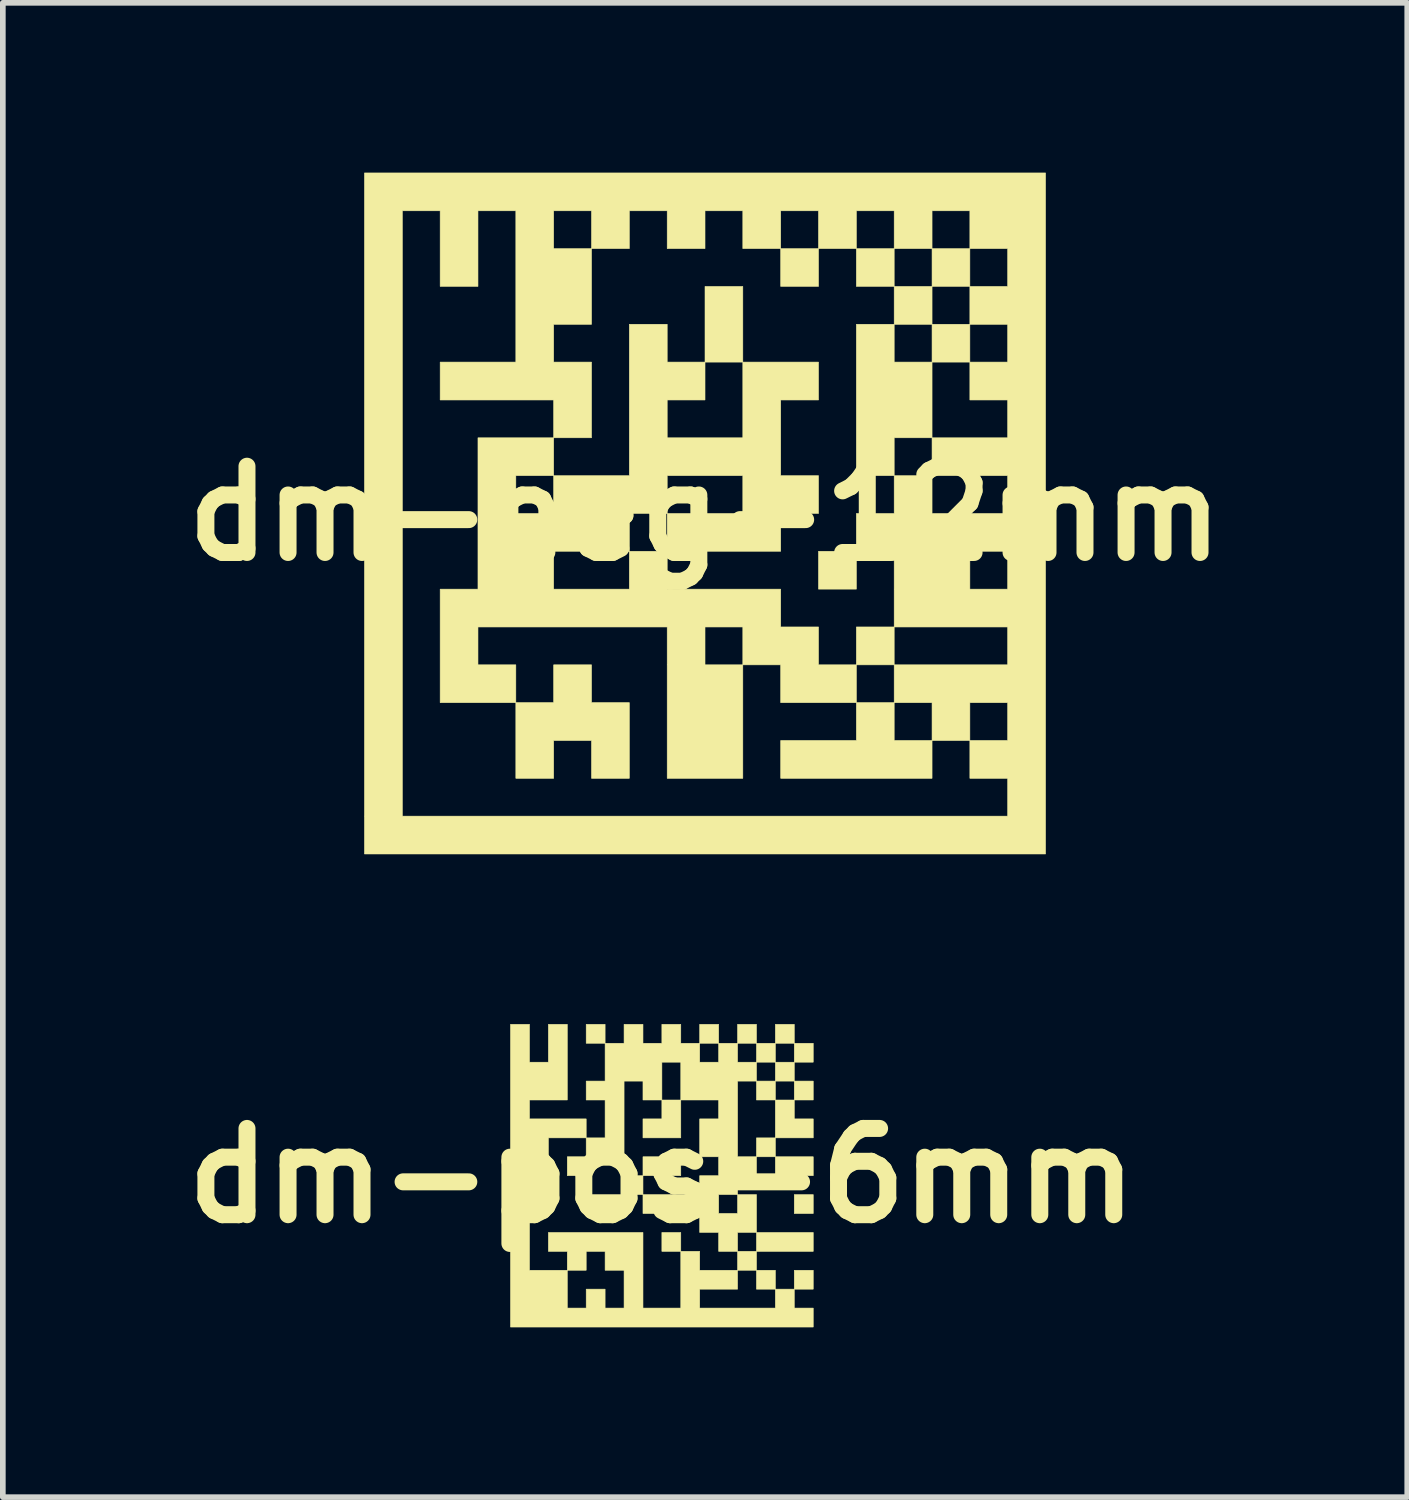
<source format=kicad_pcb>
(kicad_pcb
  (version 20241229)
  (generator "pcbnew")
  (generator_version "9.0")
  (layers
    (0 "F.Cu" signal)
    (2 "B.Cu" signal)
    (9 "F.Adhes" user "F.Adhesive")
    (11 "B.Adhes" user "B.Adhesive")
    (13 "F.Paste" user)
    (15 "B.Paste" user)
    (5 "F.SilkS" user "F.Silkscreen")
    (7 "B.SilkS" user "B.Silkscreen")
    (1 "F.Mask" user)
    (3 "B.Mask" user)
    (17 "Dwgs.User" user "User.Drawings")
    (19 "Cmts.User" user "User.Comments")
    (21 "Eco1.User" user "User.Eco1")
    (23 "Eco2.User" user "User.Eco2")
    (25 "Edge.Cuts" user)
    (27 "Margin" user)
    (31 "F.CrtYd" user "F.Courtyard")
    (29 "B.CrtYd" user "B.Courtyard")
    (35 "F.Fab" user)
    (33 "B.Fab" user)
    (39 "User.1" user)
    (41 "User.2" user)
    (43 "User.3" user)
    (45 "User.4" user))
  (footprint "dm-neg-12mm"
    (layer "F.Cu")
    (at 9.405 6.021)
    (property "Reference" "dm-neg-12mm" (at 0 0 0) (layer "F.SilkS") (effects (font (size 1.524 1.524) (thickness 0.3))))
    (attr through_hole)
    (fp_poly (pts (xy 0 -4.011) (xy 0.668 -4.011) (xy 0.668 -2.674) (xy 0 -2.674) (xy 0 -4.011)) (stroke (width 0.01) (type solid)) (fill yes) (layer "F.SilkS"))
    (fp_poly (pts (xy 2.005 -4.011) (xy 1.337 -4.011) (xy 1.337 -4.679) (xy 2.005 -4.679) (xy 2.005 -4.011)) (stroke (width 0.01) (type solid)) (fill yes) (layer "F.SilkS"))
    (fp_poly (pts (xy 2.674 -4.011) (xy 2.674 -4.679) (xy 3.342 -4.679) (xy 3.342 -4.011) (xy 2.674 -4.011)) (stroke (width 0.01) (type solid)) (fill yes) (layer "F.SilkS"))
    (fp_poly (pts (xy 2.674 1.337) (xy 2.005 1.337) (xy 2.005 0.668) (xy 2.674 0.668) (xy 2.674 1.337)) (stroke (width 0.01) (type solid)) (fill yes) (layer "F.SilkS"))
    (fp_poly (pts (xy 2.674 2.005) (xy 3.342 2.005) (xy 3.342 2.674) (xy 2.674 2.674) (xy 2.674 2.005)) (stroke (width 0.01) (type solid)) (fill yes) (layer "F.SilkS"))
    (fp_poly (pts (xy 4.011 -4.679) (xy 4.679 -4.679) (xy 4.679 -4.011) (xy 4.011 -4.011) (xy 4.011 -4.679)) (stroke (width 0.01) (type solid)) (fill yes) (layer "F.SilkS"))
    (fp_poly (pts (xy 4.011 -3.342) (xy 3.342 -3.342) (xy 3.342 -4.011) (xy 4.011 -4.011) (xy 4.011 -3.342)) (stroke (width 0.01) (type solid)) (fill yes) (layer "F.SilkS"))
    (fp_poly (pts (xy 4.011 -3.342) (xy 4.679 -3.342) (xy 4.679 -2.674) (xy 4.011 -2.674) (xy 4.011 -3.342)) (stroke (width 0.01) (type solid)) (fill yes) (layer "F.SilkS"))
    (fp_poly (pts (xy 3.342 3.342) (xy 3.342 4.011) (xy 4.011 4.011) (xy 4.011 4.679) (xy 1.337 4.679) (xy 1.337 4.011) (xy 2.674 4.011) (xy 2.674 3.342) (xy 3.342 3.342)) (stroke (width 0.01) (type solid)) (fill yes) (layer "F.SilkS"))
    (fp_poly (pts (xy 4.011 -1.337) (xy 3.342 -1.337) (xy 3.342 -0.668) (xy 2.674 -0.668) (xy 2.674 -3.342) (xy 3.342 -3.342) (xy 3.342 -2.674) (xy 4.011 -2.674) (xy 4.011 -1.337)) (stroke (width 0.01) (type solid)) (fill yes) (layer "F.SilkS"))
    (fp_poly (pts (xy -2.674 3.342) (xy -2.674 2.674) (xy -2.005 2.674) (xy -2.005 3.342) (xy -1.337 3.342) (xy -1.337 4.679) (xy -2.005 4.679) (xy -2.005 4.011) (xy -2.674 4.011) (xy -2.674 4.679) (xy -3.342 4.679) (xy -3.342 3.342) (xy -2.674 3.342)) (stroke (width 0.01) (type solid)) (fill yes) (layer "F.SilkS"))
    (fp_poly (pts (xy 2.674 3.342) (xy 1.337 3.342) (xy 1.337 2.674) (xy 0.668 2.674) (xy 0.668 4.679) (xy -0.668 4.679) (xy -0.668 2.005) (xy 0 2.005) (xy 0 2.674) (xy 0.668 2.674) (xy 0.668 2.005) (xy 0 2.005) (xy -0.668 2.005) (xy -4.011 2.005) (xy -4.011 2.674) (xy -3.342 2.674) (xy -3.342 3.342) (xy -4.679 3.342) (xy -4.679 1.337) (xy -4.011 1.337) (xy -4.011 0.668) (xy -2.674 0.668) (xy -2.674 1.337) (xy -1.337 1.337) (xy -1.337 0.668) (xy -2.674 0.668) (xy -4.011 0.668) (xy -4.011 -0.668) (xy -3.342 -0.668) (xy -3.342 0) (xy -2.674 0) (xy -1.337 0) (xy -1.337 0.668) (xy -0.668 0.668) (xy -0.668 0) (xy -1.337 0) (xy -2.674 0) (xy -2.674 -0.668) (xy -3.342 -0.668) (xy -4.011 -0.668) (xy -4.011 -1.337) (xy -2.674 -1.337) (xy -2.674 -0.668) (xy -1.337 -0.668) (xy -0.668 -0.668) (xy -0.668 0) (xy 0.668 0) (xy 0.668 -0.668) (xy -0.668 -0.668) (xy -1.337 -0.668) (xy -1.337 -3.342) (xy -0.668 -3.342) (xy -0.668 -2.674) (xy 0 -2.674) (xy 0 -2.005) (xy -0.668 -2.005) (xy -0.668 -1.337) (xy 0.668 -1.337) (xy 0.668 -2.674) (xy 2.005 -2.674) (xy 2.005 -2.005) (xy 1.337 -2.005) (xy 1.337 -0.668) (xy 2.005 -0.668) (xy 2.005 0) (xy 1.337 0) (xy 1.337 0.668) (xy -0.668 0.668) (xy -0.668 1.337) (xy 1.337 1.337) (xy 1.337 2.005) (xy 2.005 2.005) (xy 2.005 2.674) (xy 2.674 2.674) (xy 2.674 3.342)) (stroke (width 0.01) (type solid)) (fill yes) (layer "F.SilkS"))
    (fp_poly (pts (xy 6.016 6.016) (xy -6.016 6.016) (xy -6.016 -5.347) (xy -5.347 -5.347) (xy -5.347 5.347) (xy 5.347 5.347) (xy 5.347 4.679) (xy 4.679 4.679) (xy 4.679 4.011) (xy 4.011 4.011) (xy 4.011 3.342) (xy 4.679 3.342) (xy 4.679 4.011) (xy 5.347 4.011) (xy 5.347 3.342) (xy 4.679 3.342) (xy 4.011 3.342) (xy 3.342 3.342) (xy 3.342 2.674) (xy 5.347 2.674) (xy 5.347 2.005) (xy 3.342 2.005) (xy 3.342 0.668) (xy 4.679 0.668) (xy 4.679 1.337) (xy 5.347 1.337) (xy 5.347 0.668) (xy 4.679 0.668) (xy 3.342 0.668) (xy 2.674 0.668) (xy 2.674 0) (xy 3.342 0) (xy 3.342 -0.668) (xy 4.011 -0.668) (xy 4.011 0) (xy 5.347 0) (xy 5.347 -0.668) (xy 4.011 -0.668) (xy 4.011 -1.337) (xy 5.347 -1.337) (xy 5.347 -2.005) (xy 4.679 -2.005) (xy 4.679 -2.674) (xy 5.347 -2.674) (xy 5.347 -3.342) (xy 4.679 -3.342) (xy 4.679 -4.011) (xy 5.347 -4.011) (xy 5.347 -4.679) (xy 4.679 -4.679) (xy 4.679 -5.347) (xy 4.011 -5.347) (xy 4.011 -4.679) (xy 3.342 -4.679) (xy 3.342 -5.347) (xy 2.674 -5.347) (xy 2.674 -4.679) (xy 2.005 -4.679) (xy 2.005 -5.347) (xy 1.337 -5.347) (xy 1.337 -4.679) (xy 0.668 -4.679) (xy 0.668 -5.347) (xy 0 -5.347) (xy 0 -4.679) (xy -0.668 -4.679) (xy -0.668 -5.347) (xy -1.337 -5.347) (xy -1.337 -4.679) (xy -2.005 -4.679) (xy -2.005 -3.342) (xy -2.674 -3.342) (xy -2.674 -2.674) (xy -2.005 -2.674) (xy -2.005 -1.337) (xy -2.674 -1.337) (xy -2.674 -2.005) (xy -4.679 -2.005) (xy -4.679 -2.674) (xy -3.342 -2.674) (xy -3.342 -5.347) (xy -2.674 -5.347) (xy -2.674 -4.679) (xy -2.005 -4.679) (xy -2.005 -5.347) (xy -2.674 -5.347) (xy -3.342 -5.347) (xy -4.011 -5.347) (xy -4.011 -4.011) (xy -4.679 -4.011) (xy -4.679 -5.347) (xy -5.347 -5.347) (xy -6.016 -5.347) (xy -6.016 -6.016) (xy 6.016 -6.016) (xy 6.016 6.016)) (stroke (width 0.01) (type solid)) (fill yes) (layer "F.SilkS")))
  (footprint "dm-pos-6mm"
    (layer "F.Cu")
    (at 8.643 17.72)
    (property "Reference" "dm-pos-6mm" (at 0 0 0) (layer "F.SilkS") (effects (font (size 1.524 1.524) (thickness 0.3))))
    (attr through_hole)
    (fp_poly (pts (xy -1.337 -2.339) (xy -1.337 -2.674) (xy -1.003 -2.674) (xy -1.003 -2.339) (xy -1.337 -2.339)) (stroke (width 0.01) (type solid)) (fill yes) (layer "F.SilkS"))
    (fp_poly (pts (xy -1.337 0) (xy -1.671 0) (xy -1.671 -0.334) (xy -1.337 -0.334) (xy -1.337 0)) (stroke (width 0.01) (type solid)) (fill yes) (layer "F.SilkS"))
    (fp_poly (pts (xy -0.668 0) (xy -0.334 0) (xy -0.334 0.334) (xy -0.668 0.334) (xy -0.668 0)) (stroke (width 0.01) (type solid)) (fill yes) (layer "F.SilkS"))
    (fp_poly (pts (xy -0.668 0.668) (xy -1.337 0.668) (xy -1.337 0.334) (xy -0.668 0.334) (xy -0.668 0.668)) (stroke (width 0.01) (type solid)) (fill yes) (layer "F.SilkS"))
    (fp_poly (pts (xy -0.334 -0.334) (xy 0.334 -0.334) (xy 0.334 0) (xy -0.334 0) (xy -0.334 -0.334)) (stroke (width 0.01) (type solid)) (fill yes) (layer "F.SilkS"))
    (fp_poly (pts (xy 0.334 1.337) (xy 0 1.337) (xy 0 1.003) (xy 0.334 1.003) (xy 0.334 1.337)) (stroke (width 0.01) (type solid)) (fill yes) (layer "F.SilkS"))
    (fp_poly (pts (xy 1.671 1.003) (xy 2.674 1.003) (xy 2.674 1.337) (xy 1.671 1.337) (xy 1.671 1.003)) (stroke (width 0.01) (type solid)) (fill yes) (layer "F.SilkS"))
    (fp_poly (pts (xy 1.671 1.671) (xy 1.337 1.671) (xy 1.337 1.337) (xy 1.671 1.337) (xy 1.671 1.671)) (stroke (width 0.01) (type solid)) (fill yes) (layer "F.SilkS"))
    (fp_poly (pts (xy 2.005 -2.674) (xy 2.339 -2.674) (xy 2.339 -2.339) (xy 2.005 -2.339) (xy 2.005 -2.674)) (stroke (width 0.01) (type solid)) (fill yes) (layer "F.SilkS"))
    (fp_poly (pts (xy 2.005 -1.337) (xy 1.671 -1.337) (xy 1.671 -1.671) (xy 2.005 -1.671) (xy 2.005 -1.337)) (stroke (width 0.01) (type solid)) (fill yes) (layer "F.SilkS"))
    (fp_poly (pts (xy 2.005 -0.334) (xy 1.671 -0.334) (xy 1.671 -0.668) (xy 2.005 -0.668) (xy 2.005 -0.334)) (stroke (width 0.01) (type solid)) (fill yes) (layer "F.SilkS"))
    (fp_poly (pts (xy 2.005 1.671) (xy 2.005 2.005) (xy 1.671 2.005) (xy 1.671 1.671) (xy 2.005 1.671)) (stroke (width 0.01) (type solid)) (fill yes) (layer "F.SilkS"))
    (fp_poly (pts (xy 2.339 -2.339) (xy 2.674 -2.339) (xy 2.674 -2.005) (xy 2.339 -2.005) (xy 2.339 -2.339)) (stroke (width 0.01) (type solid)) (fill yes) (layer "F.SilkS"))
    (fp_poly (pts (xy 2.339 -1.671) (xy 2.005 -1.671) (xy 2.005 -2.005) (xy 2.339 -2.005) (xy 2.339 -1.671)) (stroke (width 0.01) (type solid)) (fill yes) (layer "F.SilkS"))
    (fp_poly (pts (xy 2.339 1.671) (xy 2.674 1.671) (xy 2.674 2.005) (xy 2.339 2.005) (xy 2.339 1.671)) (stroke (width 0.01) (type solid)) (fill yes) (layer "F.SilkS"))
    (fp_poly (pts (xy 2.674 -1.671) (xy 2.674 -1.337) (xy 2.339 -1.337) (xy 2.339 -1.671) (xy 2.674 -1.671)) (stroke (width 0.01) (type solid)) (fill yes) (layer "F.SilkS"))
    (fp_poly (pts (xy 2.674 0) (xy 2.005 0) (xy 2.005 -0.334) (xy 2.674 -0.334) (xy 2.674 0)) (stroke (width 0.01) (type solid)) (fill yes) (layer "F.SilkS"))
    (fp_poly (pts (xy 2.674 0.668) (xy 2.339 0.668) (xy 2.339 0.334) (xy 2.674 0.334) (xy 2.674 0.668)) (stroke (width 0.01) (type solid)) (fill yes) (layer "F.SilkS"))
    (fp_poly (pts (xy 0.334 -0.668) (xy -0.334 -0.668) (xy -0.334 -1.003) (xy 0 -1.003) (xy 0 -1.337) (xy 0.334 -1.337) (xy 0.334 -0.668)) (stroke (width 0.01) (type solid)) (fill yes) (layer "F.SilkS"))
    (fp_poly (pts (xy 2.339 -1.003) (xy 2.674 -1.003) (xy 2.674 -0.668) (xy 2.005 -0.668) (xy 2.005 -1.337) (xy 2.339 -1.337) (xy 2.339 -1.003)) (stroke (width 0.01) (type solid)) (fill yes) (layer "F.SilkS"))
    (fp_poly (pts (xy -2.005 -0.668) (xy -2.005 0.668) (xy -2.339 0.668) (xy -2.339 1.671) (xy -1.671 1.671) (xy -1.671 1.337) (xy -2.005 1.337) (xy -2.005 1.003) (xy -0.334 1.003) (xy -0.334 2.339) (xy 0.334 2.339) (xy 0.334 1.337) (xy 0.668 1.337) (xy 0.668 1.671) (xy 1.337 1.671) (xy 1.337 2.005) (xy 0.668 2.005) (xy 0.668 2.339) (xy 2.005 2.339) (xy 2.005 2.005) (xy 2.339 2.005) (xy 2.339 2.339) (xy 2.674 2.339) (xy 2.674 2.674) (xy -2.674 2.674) (xy -2.674 2.339) (xy -1.671 2.339) (xy -1.337 2.339) (xy -1.337 2.005) (xy -1.003 2.005) (xy -1.003 2.339) (xy -0.668 2.339) (xy -0.668 1.671) (xy -1.003 1.671) (xy -1.003 1.337) (xy -1.337 1.337) (xy -1.337 1.671) (xy -1.671 1.671) (xy -1.671 2.339) (xy -2.674 2.339) (xy -2.674 -2.674) (xy -2.339 -2.674) (xy -2.339 -2.005) (xy -2.005 -2.005) (xy -2.005 -2.674) (xy -1.671 -2.674) (xy -1.671 -1.337) (xy -2.339 -1.337) (xy -2.339 -1.003) (xy -1.337 -1.003) (xy -1.337 -0.668) (xy -2.005 -0.668)) (stroke (width 0.01) (type solid)) (fill yes) (layer "F.SilkS"))
    (fp_poly (pts (xy -0.668 -2.339) (xy -0.668 -2.674) (xy -0.334 -2.674) (xy -0.334 -2.339) (xy 0 -2.339) (xy 0 -2.674) (xy 0.334 -2.674) (xy 0.334 -2.339) (xy 0.668 -2.339) (xy 0.668 -2.005) (xy 1.003 -2.005) (xy 1.003 -2.339) (xy 0.668 -2.339) (xy 0.668 -2.674) (xy 1.003 -2.674) (xy 1.003 -2.339) (xy 1.337 -2.339) (xy 1.337 -2.005) (xy 1.671 -2.005) (xy 1.671 -2.339) (xy 1.337 -2.339) (xy 1.337 -2.674) (xy 1.671 -2.674) (xy 1.671 -2.339) (xy 2.005 -2.339) (xy 2.005 -2.005) (xy 1.671 -2.005) (xy 1.671 -1.671) (xy 1.337 -1.671) (xy 1.337 -0.334) (xy 1.671 -0.334) (xy 1.671 0) (xy 1.337 0) (xy 1.337 0.334) (xy 1.671 0.334) (xy 1.671 1.003) (xy 1.337 1.003) (xy 1.337 1.337) (xy 1.003 1.337) (xy 1.003 1.003) (xy 0.668 1.003) (xy 0.668 0.668) (xy -0.334 0.668) (xy -0.334 0.334) (xy 0.668 0.334) (xy 1.003 0.334) (xy 1.003 0.668) (xy 1.337 0.668) (xy 1.337 0.334) (xy 1.003 0.334) (xy 0.668 0.334) (xy 0.668 0) (xy 1.003 0) (xy 1.003 -0.334) (xy 0.668 -0.334) (xy 0.668 -1.003) (xy 1.003 -1.003) (xy 1.003 -1.337) (xy 0.334 -1.337) (xy 0.334 -2.005) (xy 0 -2.005) (xy 0 -1.337) (xy -0.334 -1.337) (xy -0.334 -1.671) (xy -0.668 -1.671) (xy -0.668 -0.334) (xy -1.337 -0.334) (xy -1.337 -0.668) (xy -1.003 -0.668) (xy -1.003 -1.337) (xy -1.337 -1.337) (xy -1.337 -1.671) (xy -1.003 -1.671) (xy -1.003 -2.339) (xy -0.668 -2.339)) (stroke (width 0.01) (type solid)) (fill yes) (layer "F.SilkS")))
  (gr_rect
    (start -3 -3)
    (end 21.811 23.399)
    (stroke (width 0.1) (type default))
    (fill no)
    (layer "Edge.Cuts")))
</source>
